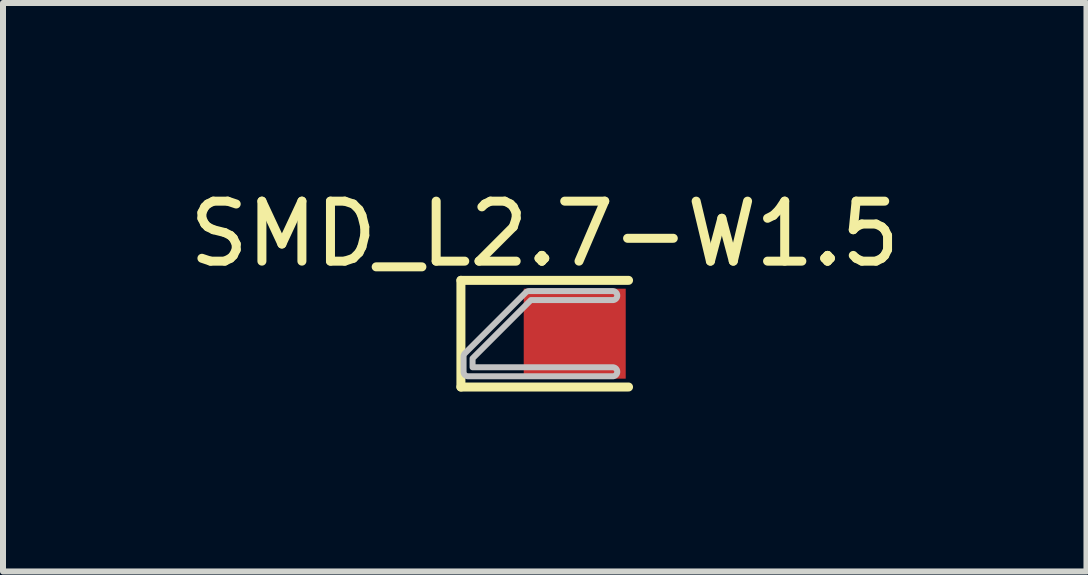
<source format=kicad_pcb>
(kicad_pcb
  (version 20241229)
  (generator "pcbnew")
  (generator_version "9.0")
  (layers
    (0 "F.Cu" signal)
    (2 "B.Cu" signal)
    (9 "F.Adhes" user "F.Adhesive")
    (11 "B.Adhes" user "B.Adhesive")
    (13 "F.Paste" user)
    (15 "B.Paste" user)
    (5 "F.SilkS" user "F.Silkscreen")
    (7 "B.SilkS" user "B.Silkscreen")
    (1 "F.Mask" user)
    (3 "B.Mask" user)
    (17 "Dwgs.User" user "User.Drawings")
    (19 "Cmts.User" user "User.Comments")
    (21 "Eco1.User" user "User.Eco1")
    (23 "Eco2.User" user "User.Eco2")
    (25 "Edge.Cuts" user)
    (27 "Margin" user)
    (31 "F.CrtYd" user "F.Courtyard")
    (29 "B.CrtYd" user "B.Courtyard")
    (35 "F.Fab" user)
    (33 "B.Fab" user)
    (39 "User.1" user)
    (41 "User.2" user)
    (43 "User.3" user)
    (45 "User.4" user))
  (footprint "SMD_L2.7-W1.5"
    (layer "F.Cu")
    (at 6.53 2.512)
    (property "Reference" "SMD_L2.7-W1.5" (at -0.5 -1.664 0) (layer "F.SilkS") (effects (font (size 1 1) (thickness 0.15))))
    (fp_line (start -1.897 -0.889) (end -1.897 0.889) (stroke (width 0.15) (type default)) (layer "F.SilkS"))
    (fp_line (start -1.897 0.889) (end 0.897 0.889) (stroke (width 0.15) (type default)) (layer "F.SilkS"))
    (fp_line (start 0.897 -0.889) (end -1.897 -0.889) (stroke (width 0.15) (type default)) (layer "F.SilkS"))
    (fp_poly (pts (arc (start 0.635 0.56) (mid 0.709007 0.635) (end 0.635 0.71)) (arc (start -1.778 0.71) (mid -1.831033 0.688033) (end -1.853 0.635)) (arc (start -1.853 0.381) (mid -1.847291 0.352299) (end -1.831 0.328)) (arc (start -0.815 -0.688) (mid -0.790683 -0.704248) (end -0.762 -0.71)) (arc (start 0.635 -0.71) (mid 0.709007 -0.635) (end 0.635 -0.56)) (xy -0.731 -0.56) (xy -1.703 0.412) (xy -1.703 0.56)) (stroke (width 0.1) (type default)) (fill no) (layer "Dwgs.User"))
    (fp_poly (pts (xy -0.85 -0.75) (xy 0.85 -0.75) (xy 0.85 0.75) (xy -0.85 0.75)) (stroke (width 0.1) (type default)) (fill no) (layer "User.1"))
    (fp_line (start -1.85 -0.75) (end 0.85 -0.75) (stroke (width 0.051) (type default)) (layer "User.2"))
    (fp_line (start -1.85 0.75) (end -1.85 -0.75) (stroke (width 0.051) (type default)) (layer "User.2"))
    (fp_line (start 0.85 -0.75) (end 0.85 0.75) (stroke (width 0.051) (type default)) (layer "User.2"))
    (fp_line (start 0.85 0.75) (end -1.85 0.75) (stroke (width 0.051) (type default)) (layer "User.2"))
    (fp_poly (pts (xy 0.91 -0.75) (xy 0.892 -0.792) (xy 0.85 -0.81) (xy 0.808 -0.792) (xy 0.79 -0.75) (xy 0.808 -0.708) (xy 0.85 -0.69) (xy 0.892 -0.708)) (stroke (width 0.1) (type default)) (fill no) (layer "User.3"))
    (pad "1" smd rect (at 0 0) (size 1.7 1.5) (layers "F.Cu" "F.Mask" "F.Paste")))
  (gr_rect
    (start -3 -3)
    (end 15.06 6.476)
    (stroke (width 0.1) (type default))
    (fill no)
    (layer "Edge.Cuts")))
</source>
